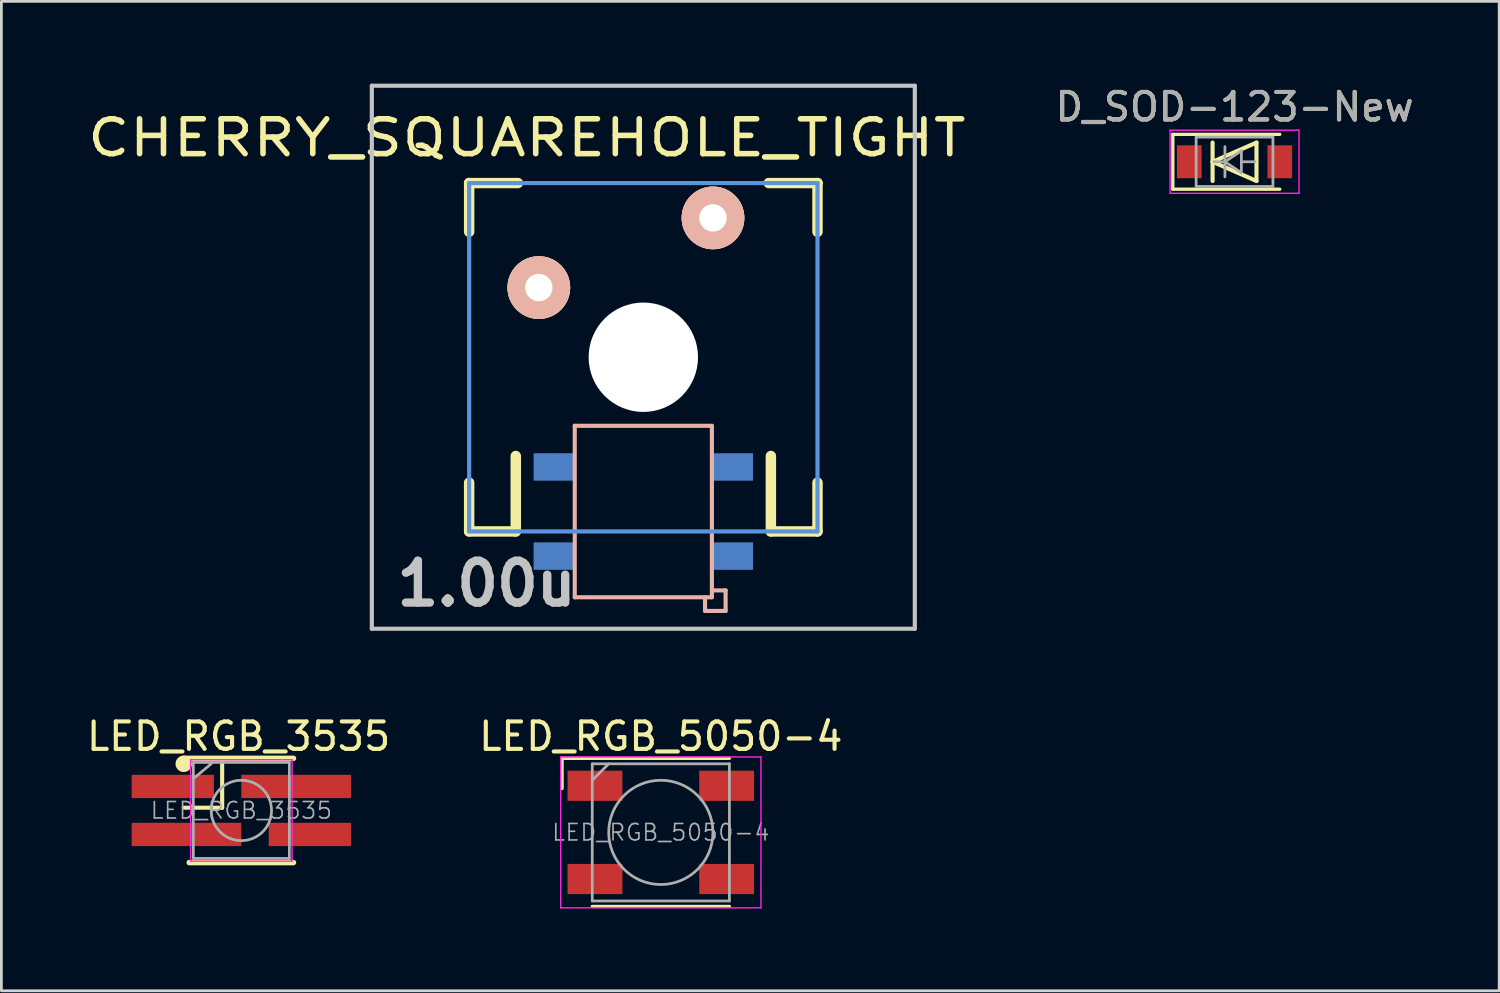
<source format=kicad_pcb>
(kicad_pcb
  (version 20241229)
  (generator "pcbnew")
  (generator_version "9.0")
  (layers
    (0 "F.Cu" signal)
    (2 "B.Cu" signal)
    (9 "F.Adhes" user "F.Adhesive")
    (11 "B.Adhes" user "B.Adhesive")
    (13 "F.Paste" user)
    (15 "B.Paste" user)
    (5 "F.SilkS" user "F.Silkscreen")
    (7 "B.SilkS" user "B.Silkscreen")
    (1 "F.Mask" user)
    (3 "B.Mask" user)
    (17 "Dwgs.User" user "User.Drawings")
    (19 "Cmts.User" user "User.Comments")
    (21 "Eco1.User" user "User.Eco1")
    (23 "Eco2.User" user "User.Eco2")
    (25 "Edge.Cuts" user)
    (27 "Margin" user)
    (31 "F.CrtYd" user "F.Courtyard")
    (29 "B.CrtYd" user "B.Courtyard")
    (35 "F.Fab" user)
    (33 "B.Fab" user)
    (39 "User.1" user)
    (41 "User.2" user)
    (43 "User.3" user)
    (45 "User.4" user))
  (footprint "LED_RGB_3535"
    (layer "F.Cu")
    (at 5.749 26.497)
    (property "Reference" "LED_RGB_3535" (at -0.1 -2.7 0) (layer "F.SilkS") (effects (font (size 1 1) (thickness 0.15))))
    (attr smd)
    (fp_line (start -2.1 -1.9) (end 1.9 -1.9) (stroke (width 0.2) (type solid)) (layer "F.SilkS"))
    (fp_line (start -2.1 -1.7) (end -2.1 -1.7) (stroke (width 0.6) (type solid)) (layer "F.SilkS"))
    (fp_line (start -0.7 -1.9) (end -0.7 -0.1) (stroke (width 0.15) (type solid)) (layer "F.SilkS"))
    (fp_line (start -0.7 -0.1) (end -2.1 -0.1) (stroke (width 0.15) (type solid)) (layer "F.SilkS"))
    (fp_line (start 1.9 1.9) (end -1.9 1.9) (stroke (width 0.2) (type solid)) (layer "F.SilkS"))
    (fp_line (start -1.85 -1.85) (end -1.85 1.85) (stroke (width 0.05) (type solid)) (layer "F.CrtYd"))
    (fp_line (start -1.85 1.85) (end 1.85 1.85) (stroke (width 0.05) (type solid)) (layer "F.CrtYd"))
    (fp_line (start 1.85 -1.85) (end -1.85 -1.85) (stroke (width 0.05) (type solid)) (layer "F.CrtYd"))
    (fp_line (start 1.85 1.85) (end 1.85 -1.85) (stroke (width 0.05) (type solid)) (layer "F.CrtYd"))
    (fp_line (start -1.75 -1.75) (end -1.75 1.75) (stroke (width 0.1) (type solid)) (layer "F.Fab"))
    (fp_line (start -1.75 1.75) (end 1.75 1.75) (stroke (width 0.1) (type solid)) (layer "F.Fab"))
    (fp_line (start -1.7 -1.2) (end -1.1 -1.7) (stroke (width 0.1) (type solid)) (layer "F.Fab"))
    (fp_line (start 1.75 -1.75) (end -1.75 -1.75) (stroke (width 0.1) (type solid)) (layer "F.Fab"))
    (fp_line (start 1.75 1.75) (end 1.75 -1.75) (stroke (width 0.1) (type solid)) (layer "F.Fab"))
    (fp_circle (center 0 0) (end 0 -1.1) (stroke (width 0.1) (type solid)) (fill no) (layer "F.Fab"))
    (fp_text user "${REFERENCE}" (at 0 0 0) (layer "F.Fab") (effects (font (size 0.6 0.6) (thickness 0.06))))
    (pad "1" smd rect (at -2.5 -0.875 90) (size 0.85 3) (layers "F.Cu" "F.Mask" "F.Paste"))
    (pad "2" smd rect (at -2 0.875 90) (size 0.85 4) (layers "F.Cu" "F.Mask" "F.Paste"))
    (pad "3" smd rect (at 2.5 0.875 90) (size 0.85 3) (layers "F.Cu" "F.Mask" "F.Paste"))
    (pad "4" smd rect (at 2 -0.875 90) (size 0.85 4) (layers "F.Cu" "F.Mask" "F.Paste")))
  (footprint "D_SOD-123-New"
    (layer "F.Cu")
    (at 41.958 2.848)
    (property "Reference" "D_SOD-123-New" (at 0 -2 0) (layer "F.SilkS") (effects (font (size 1 1) (thickness 0.15))))
    (attr smd)
    (fp_line (start -2.25 -1) (end -2.25 1) (stroke (width 0.12) (type solid)) (layer "F.SilkS"))
    (fp_line (start -2.25 -1) (end 1.65 -1) (stroke (width 0.12) (type solid)) (layer "F.SilkS"))
    (fp_line (start -2.25 1) (end 1.65 1) (stroke (width 0.12) (type solid)) (layer "F.SilkS"))
    (fp_line (start -0.8 -0.7) (end -0.8 0.7) (stroke (width 0.15) (type solid)) (layer "F.SilkS"))
    (fp_line (start -0.8 0) (end 0.8 -0.7) (stroke (width 0.15) (type solid)) (layer "F.SilkS"))
    (fp_line (start 0.8 -0.7) (end 0.8 0.7) (stroke (width 0.15) (type solid)) (layer "F.SilkS"))
    (fp_line (start 0.8 0.7) (end -0.8 0) (stroke (width 0.15) (type solid)) (layer "F.SilkS"))
    (fp_line (start -2.35 -1.15) (end -2.35 1.15) (stroke (width 0.05) (type solid)) (layer "F.CrtYd"))
    (fp_line (start -2.35 -1.15) (end 2.35 -1.15) (stroke (width 0.05) (type solid)) (layer "F.CrtYd"))
    (fp_line (start 2.35 -1.15) (end 2.35 1.15) (stroke (width 0.05) (type solid)) (layer "F.CrtYd"))
    (fp_line (start 2.35 1.15) (end -2.35 1.15) (stroke (width 0.05) (type solid)) (layer "F.CrtYd"))
    (fp_line (start -1.4 -0.9) (end 1.4 -0.9) (stroke (width 0.1) (type solid)) (layer "F.Fab"))
    (fp_line (start -1.4 0.9) (end -1.4 -0.9) (stroke (width 0.1) (type solid)) (layer "F.Fab"))
    (fp_line (start -0.75 0) (end -0.35 0) (stroke (width 0.1) (type solid)) (layer "F.Fab"))
    (fp_line (start -0.35 0) (end -0.35 -0.55) (stroke (width 0.1) (type solid)) (layer "F.Fab"))
    (fp_line (start -0.35 0) (end -0.35 0.55) (stroke (width 0.1) (type solid)) (layer "F.Fab"))
    (fp_line (start -0.35 0) (end 0.25 -0.4) (stroke (width 0.1) (type solid)) (layer "F.Fab"))
    (fp_line (start 0.25 -0.4) (end 0.25 0.4) (stroke (width 0.1) (type solid)) (layer "F.Fab"))
    (fp_line (start 0.25 0) (end 0.75 0) (stroke (width 0.1) (type solid)) (layer "F.Fab"))
    (fp_line (start 0.25 0.4) (end -0.35 0) (stroke (width 0.1) (type solid)) (layer "F.Fab"))
    (fp_line (start 1.4 -0.9) (end 1.4 0.9) (stroke (width 0.1) (type solid)) (layer "F.Fab"))
    (fp_line (start 1.4 0.9) (end -1.4 0.9) (stroke (width 0.1) (type solid)) (layer "F.Fab"))
    (fp_text user "${REFERENCE}" (at 0 -2 0) (layer "F.Fab") (effects (font (size 1 1) (thickness 0.15))))
    (pad "1" smd rect (at -1.65 0) (size 0.9 1.2) (layers "F.Cu" "F.Mask" "F.Paste"))
    (pad "2" smd rect (at 1.65 0) (size 0.9 1.2) (layers "F.Cu" "F.Mask" "F.Paste")))
  (footprint "CHERRY_SQUAREHOLE_TIGHT"
    (layer "F.Cu")
    (at 20.404 9.974)
    (property "Reference" "CHERRY_SQUAREHOLE_TIGHT" (at -4.25 -8 0) (layer "F.SilkS") (effects (font (size 1.27 1.524) (thickness 0.203))))
    (attr through_hole)
    (fp_line (start -6.35 -6.35) (end -4.572 -6.35) (stroke (width 0.381) (type solid)) (layer "F.SilkS"))
    (fp_line (start -6.35 -4.572) (end -6.35 -6.35) (stroke (width 0.381) (type solid)) (layer "F.SilkS"))
    (fp_line (start -6.35 6.35) (end -6.35 4.572) (stroke (width 0.381) (type solid)) (layer "F.SilkS"))
    (fp_line (start -4.65 3.6) (end -4.65 6.35) (stroke (width 0.381) (type solid)) (layer "F.SilkS"))
    (fp_line (start -4.65 6.35) (end -6.35 6.35) (stroke (width 0.381) (type solid)) (layer "F.SilkS"))
    (fp_line (start 4.572 -6.35) (end 6.35 -6.35) (stroke (width 0.381) (type solid)) (layer "F.SilkS"))
    (fp_line (start 4.65 3.6) (end 4.65 6.35) (stroke (width 0.381) (type solid)) (layer "F.SilkS"))
    (fp_line (start 6.35 -6.35) (end 6.35 -4.572) (stroke (width 0.381) (type solid)) (layer "F.SilkS"))
    (fp_line (start 6.35 4.572) (end 6.35 6.35) (stroke (width 0.381) (type solid)) (layer "F.SilkS"))
    (fp_line (start 6.35 6.35) (end 4.65 6.35) (stroke (width 0.381) (type solid)) (layer "F.SilkS"))
    (fp_line (start -2.5 2.5) (end 2.5 2.5) (stroke (width 0.15) (type solid)) (layer "B.SilkS"))
    (fp_line (start -2.5 8.75) (end -2.5 2.5) (stroke (width 0.15) (type solid)) (layer "B.SilkS"))
    (fp_line (start 2.25 9.25) (end 2.25 8.75) (stroke (width 0.15) (type solid)) (layer "B.SilkS"))
    (fp_line (start 2.5 2.5) (end 2.5 8.75) (stroke (width 0.15) (type solid)) (layer "B.SilkS"))
    (fp_line (start 2.5 8.5) (end 3 8.5) (stroke (width 0.15) (type solid)) (layer "B.SilkS"))
    (fp_line (start 2.5 8.75) (end -2.5 8.75) (stroke (width 0.15) (type solid)) (layer "B.SilkS"))
    (fp_line (start 3 8.5) (end 3 9.25) (stroke (width 0.15) (type solid)) (layer "B.SilkS"))
    (fp_line (start 3 9.25) (end 2.25 9.25) (stroke (width 0.15) (type solid)) (layer "B.SilkS"))
    (fp_line (start -9.898 -9.898) (end 9.898 -9.898) (stroke (width 0.152) (type solid)) (layer "Dwgs.User"))
    (fp_line (start -9.898 9.898) (end -9.898 -9.898) (stroke (width 0.152) (type solid)) (layer "Dwgs.User"))
    (fp_line (start 9.898 -9.898) (end 9.898 9.898) (stroke (width 0.152) (type solid)) (layer "Dwgs.User"))
    (fp_line (start 9.898 9.898) (end -9.898 9.898) (stroke (width 0.152) (type solid)) (layer "Dwgs.User"))
    (fp_line (start -6.35 -6.35) (end 6.35 -6.35) (stroke (width 0.152) (type solid)) (layer "Cmts.User"))
    (fp_line (start -6.35 6.35) (end -6.35 -6.35) (stroke (width 0.152) (type solid)) (layer "Cmts.User"))
    (fp_line (start 6.35 -6.35) (end 6.35 6.35) (stroke (width 0.152) (type solid)) (layer "Cmts.User"))
    (fp_line (start 6.35 6.35) (end -6.35 6.35) (stroke (width 0.152) (type solid)) (layer "Cmts.User"))
    (fp_line (start -6.985 -6.985) (end 6.985 -6.985) (stroke (width 0.152) (type solid)) (layer "Eco2.User"))
    (fp_line (start -6.985 6.985) (end -6.985 -6.985) (stroke (width 0.152) (type solid)) (layer "Eco2.User"))
    (fp_line (start 6.985 -6.985) (end 6.985 6.985) (stroke (width 0.152) (type solid)) (layer "Eco2.User"))
    (fp_line (start 6.985 6.985) (end -6.985 6.985) (stroke (width 0.152) (type solid)) (layer "Eco2.User"))
    (fp_text user "1.00u" (at -5.715 8.255 0) (layer "Dwgs.User") (effects (font (size 1.524 1.524) (thickness 0.305))))
    (pad "" np_thru_hole circle (at 0 0) (size 3.988 3.988) (drill 3.988) (layers "*.Cu"))
    (pad "1" smd rect (at 3.25 7.25) (size 1.5 1) (layers "B.Cu" "B.Mask" "B.Paste"))
    (pad "2" smd rect (at 3.25 4) (size 1.5 1) (layers "B.Cu" "B.Mask" "B.Paste"))
    (pad "3" smd rect (at -3.25 4) (size 1.5 1) (layers "B.Cu" "B.Mask" "B.Paste"))
    (pad "4" smd rect (at -3.25 7.25) (size 1.5 1) (layers "B.Cu" "B.Mask" "B.Paste"))
    (pad "5" thru_hole circle (at 2.54 -5.08) (size 2.286 2.286) (drill 1) (layers "*.Cu" "*.SilkS" "*.Mask"))
    (pad "6" thru_hole circle (at -3.81 -2.54) (size 2.286 2.286) (drill 1) (layers "*.Cu" "*.SilkS" "*.Mask")))
  (footprint "LED_RGB_5050-4"
    (layer "F.Cu")
    (at 21.042 27.297)
    (property "Reference" "LED_RGB_5050-4" (at 0 -3.5 180) (layer "F.SilkS") (effects (font (size 1 1) (thickness 0.15))))
    (attr smd)
    (fp_line (start -3.6 -2.7) (end 2.5 -2.7) (stroke (width 0.12) (type solid)) (layer "F.SilkS"))
    (fp_line (start -3.6 -1.6) (end -3.6 -2.7) (stroke (width 0.12) (type solid)) (layer "F.SilkS"))
    (fp_line (start 2.5 2.7) (end -2.5 2.7) (stroke (width 0.12) (type solid)) (layer "F.SilkS"))
    (fp_line (start -3.65 -2.75) (end -3.65 2.75) (stroke (width 0.05) (type solid)) (layer "F.CrtYd"))
    (fp_line (start -3.65 2.75) (end 3.65 2.75) (stroke (width 0.05) (type solid)) (layer "F.CrtYd"))
    (fp_line (start 3.65 -2.75) (end -3.65 -2.75) (stroke (width 0.05) (type solid)) (layer "F.CrtYd"))
    (fp_line (start 3.65 2.75) (end 3.65 -2.75) (stroke (width 0.05) (type solid)) (layer "F.CrtYd"))
    (fp_line (start -2.5 -2.5) (end -2.5 2.5) (stroke (width 0.1) (type solid)) (layer "F.Fab"))
    (fp_line (start -2.5 -1.9) (end -1.9 -2.5) (stroke (width 0.1) (type solid)) (layer "F.Fab"))
    (fp_line (start -2.5 2.5) (end 2.5 2.5) (stroke (width 0.1) (type solid)) (layer "F.Fab"))
    (fp_line (start 2.5 -2.5) (end -2.5 -2.5) (stroke (width 0.1) (type solid)) (layer "F.Fab"))
    (fp_line (start 2.5 2.5) (end 2.5 -2.5) (stroke (width 0.1) (type solid)) (layer "F.Fab"))
    (fp_circle (center 0 0) (end 0 -1.9) (stroke (width 0.1) (type solid)) (fill no) (layer "F.Fab"))
    (fp_text user "${REFERENCE}" (at 0 0 0) (layer "F.Fab") (effects (font (size 0.6 0.6) (thickness 0.06))))
    (pad "1" smd rect (at -2.4 -1.7 90) (size 1.1 2) (layers "F.Cu" "F.Mask" "F.Paste"))
    (pad "2" smd rect (at -2.4 1.7 90) (size 1.1 2) (layers "F.Cu" "F.Mask" "F.Paste"))
    (pad "3" smd rect (at 2.4 1.7 90) (size 1.1 2) (layers "F.Cu" "F.Mask" "F.Paste"))
    (pad "4" smd rect (at 2.4 -1.7 90) (size 1.1 2) (layers "F.Cu" "F.Mask" "F.Paste")))
  (gr_rect
    (start -3 -3)
    (end 51.606 33.072)
    (stroke (width 0.1) (type default))
    (fill no)
    (layer "Edge.Cuts")))
</source>
